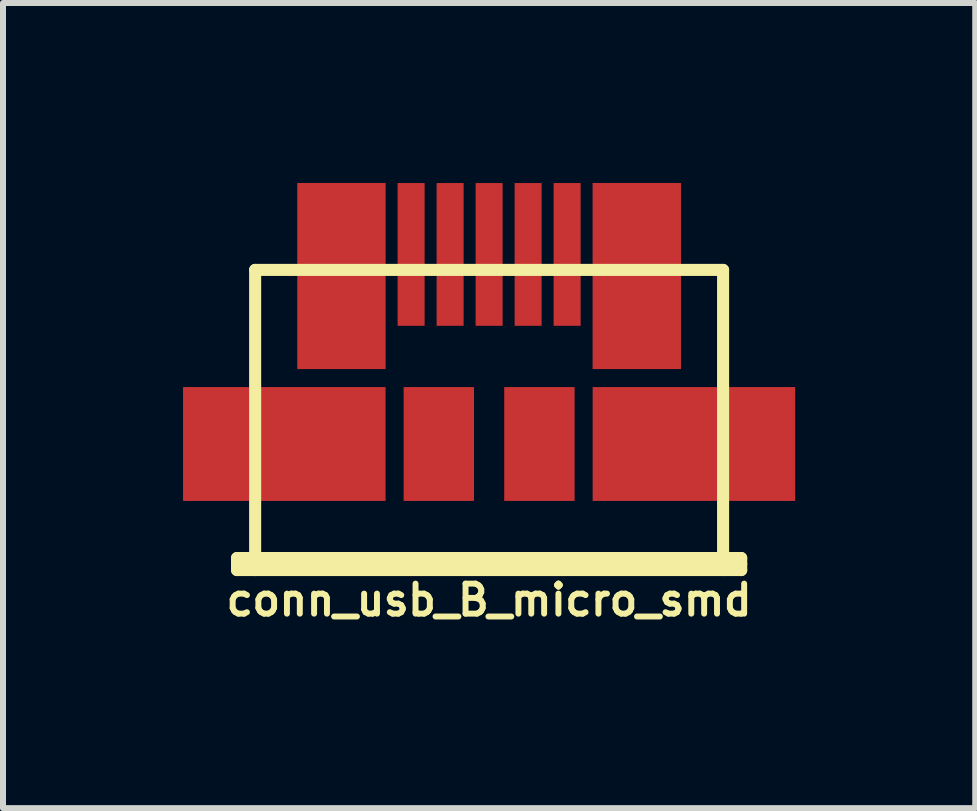
<source format=kicad_pcb>
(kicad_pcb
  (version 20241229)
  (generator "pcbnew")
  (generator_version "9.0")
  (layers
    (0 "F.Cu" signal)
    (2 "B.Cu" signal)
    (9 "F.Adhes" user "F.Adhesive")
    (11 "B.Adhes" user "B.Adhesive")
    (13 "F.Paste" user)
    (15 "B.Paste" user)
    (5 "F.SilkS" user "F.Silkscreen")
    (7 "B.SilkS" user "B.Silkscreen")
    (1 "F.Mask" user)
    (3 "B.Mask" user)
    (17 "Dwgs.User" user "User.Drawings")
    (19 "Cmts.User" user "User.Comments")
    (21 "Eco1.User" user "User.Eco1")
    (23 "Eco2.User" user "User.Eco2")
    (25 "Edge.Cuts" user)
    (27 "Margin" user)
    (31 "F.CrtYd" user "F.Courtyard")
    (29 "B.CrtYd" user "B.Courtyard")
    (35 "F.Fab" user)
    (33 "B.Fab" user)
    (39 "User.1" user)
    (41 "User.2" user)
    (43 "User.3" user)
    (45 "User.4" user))
  (footprint "conn_usb_B_micro_smd"
    (layer "F.Cu")
    (at 5.101 4.349)
    (property "Reference" "conn_usb_B_micro_smd" (at 0 2.601 0) (layer "F.SilkS") (effects (font (size 0.5 0.5) (thickness 0.099))))
    (attr through_hole)
    (fp_line (start -4.201 1.9) (end -4.201 2.101) (stroke (width 0.201) (type solid)) (layer "F.SilkS"))
    (fp_line (start -4.201 1.999) (end 4.201 1.999) (stroke (width 0.201) (type solid)) (layer "F.SilkS"))
    (fp_line (start -4.201 2.101) (end 4.201 2.101) (stroke (width 0.201) (type solid)) (layer "F.SilkS"))
    (fp_line (start -3.899 -2.901) (end 3.899 -2.901) (stroke (width 0.201) (type solid)) (layer "F.SilkS"))
    (fp_line (start -3.899 2.101) (end -3.899 -2.901) (stroke (width 0.201) (type solid)) (layer "F.SilkS"))
    (fp_line (start 3.899 -2.901) (end 3.899 2.101) (stroke (width 0.201) (type solid)) (layer "F.SilkS"))
    (fp_line (start 4.201 1.9) (end -4.201 1.9) (stroke (width 0.201) (type solid)) (layer "F.SilkS"))
    (fp_line (start 4.201 2.101) (end 4.201 1.9) (stroke (width 0.201) (type solid)) (layer "F.SilkS"))
    (pad "" smd rect (at -3.413 0) (size 3.375 1.897) (layers "F.Cu" "F.Mask" "F.Paste"))
    (pad "" smd rect (at -2.461 -2.799) (size 1.473 3.101) (layers "F.Cu" "F.Mask" "F.Paste"))
    (pad "" smd rect (at -0.838 0) (size 1.173 1.897) (layers "F.Cu" "F.Mask" "F.Paste"))
    (pad "" smd rect (at 0.838 0) (size 1.173 1.897) (layers "F.Cu" "F.Mask" "F.Paste"))
    (pad "" smd rect (at 2.461 -2.799) (size 1.473 3.101) (layers "F.Cu" "F.Mask" "F.Paste"))
    (pad "" smd rect (at 3.413 0) (size 3.375 1.897) (layers "F.Cu" "F.Mask" "F.Paste"))
    (pad "1" smd rect (at -1.3 -3.159) (size 0.45 2.379) (layers "F.Cu" "F.Mask" "F.Paste"))
    (pad "2" smd rect (at -0.65 -3.159) (size 0.45 2.379) (layers "F.Cu" "F.Mask" "F.Paste"))
    (pad "3" smd rect (at 0 -3.159) (size 0.45 2.379) (layers "F.Cu" "F.Mask" "F.Paste"))
    (pad "4" smd rect (at 0.65 -3.159) (size 0.45 2.379) (layers "F.Cu" "F.Mask" "F.Paste"))
    (pad "5" smd rect (at 1.3 -3.159) (size 0.45 2.379) (layers "F.Cu" "F.Mask" "F.Paste")))
  (gr_rect
    (start -3 -3)
    (end 13.202 10.417)
    (stroke (width 0.1) (type default))
    (fill no)
    (layer "Edge.Cuts")))
</source>
